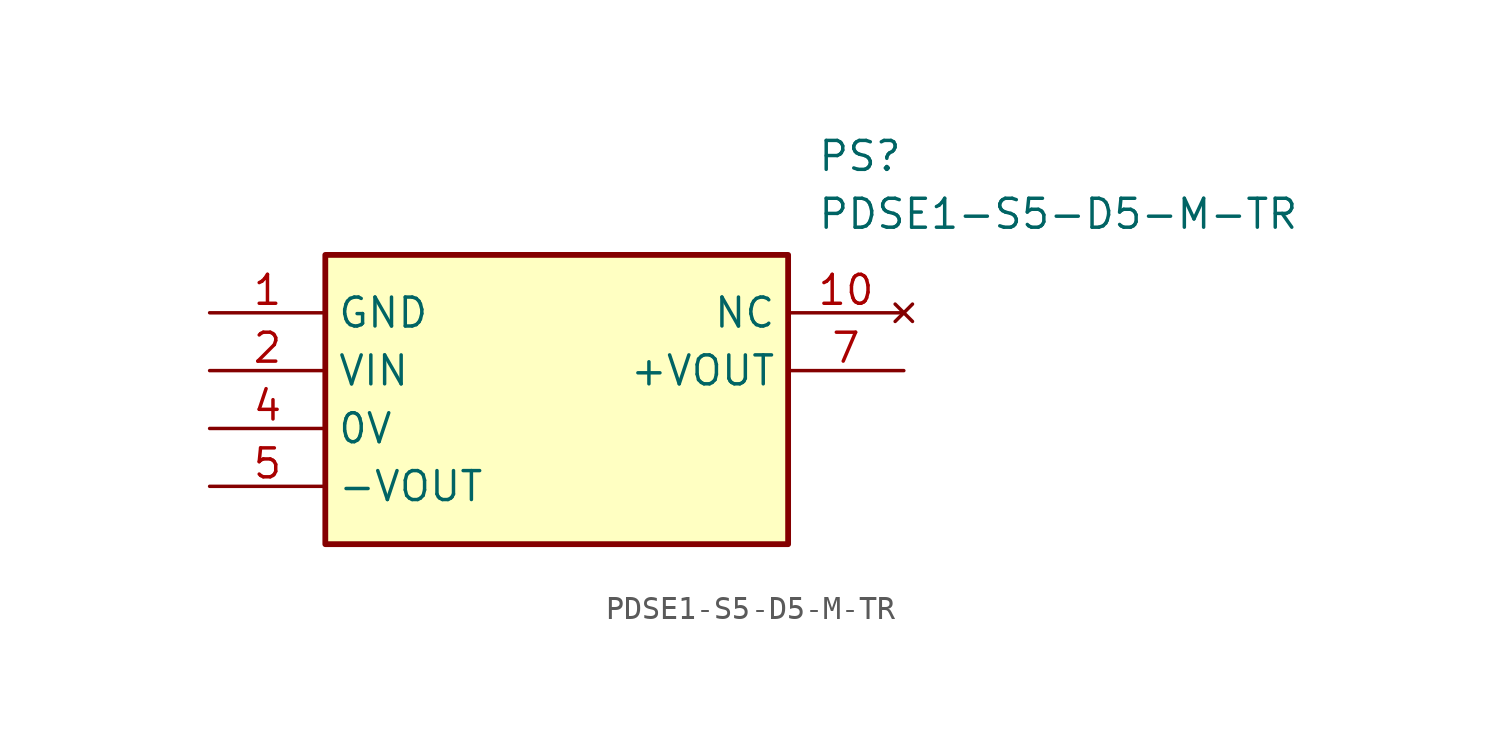
<source format=kicad_sym>
(kicad_symbol_lib
  (version 20211014)
  (generator SamacSys_ECAD_Model)
  (symbol "PDSE1-S5-D5-M-TR"
    (property "Reference" "PS"
      (at 26.67 7.62 0)
      (effects (font (size 1.27 1.27)) (justify left top)))
    (property "Value" "PDSE1-S5-D5-M-TR"
      (at 26.67 5.08 0)
      (effects (font (size 1.27 1.27)) (justify left top)))
    (rectangle
      (start 5.08 2.54)
      (end 25.4 -10.16)
      (stroke (width 0.254) (type default))
      (fill (type background)))
    (pin passive line
      (at 0 0 0)
      (length 5.08)
      (name "GND" (effects (font (size 1.27 1.27))))
      (number "1" (effects (font (size 1.27 1.27)))))
    (pin passive line
      (at 0 -2.54 0)
      (length 5.08)
      (name "VIN" (effects (font (size 1.27 1.27))))
      (number "2" (effects (font (size 1.27 1.27)))))
    (pin passive line
      (at 0 -5.08 0)
      (length 5.08)
      (name "0V" (effects (font (size 1.27 1.27))))
      (number "4" (effects (font (size 1.27 1.27)))))
    (pin passive line
      (at 0 -7.62 0)
      (length 5.08)
      (name "-VOUT" (effects (font (size 1.27 1.27))))
      (number "5" (effects (font (size 1.27 1.27)))))
    (pin passive line
      (at 30.48 -2.54 180)
      (length 5.08)
      (name "+VOUT" (effects (font (size 1.27 1.27))))
      (number "7" (effects (font (size 1.27 1.27)))))
    (pin no_connect line
      (at 30.48 0 180)
      (length 5.08)
      (name "NC" (effects (font (size 1.27 1.27))))
      (number "10" (effects (font (size 1.27 1.27)))))))
</source>
